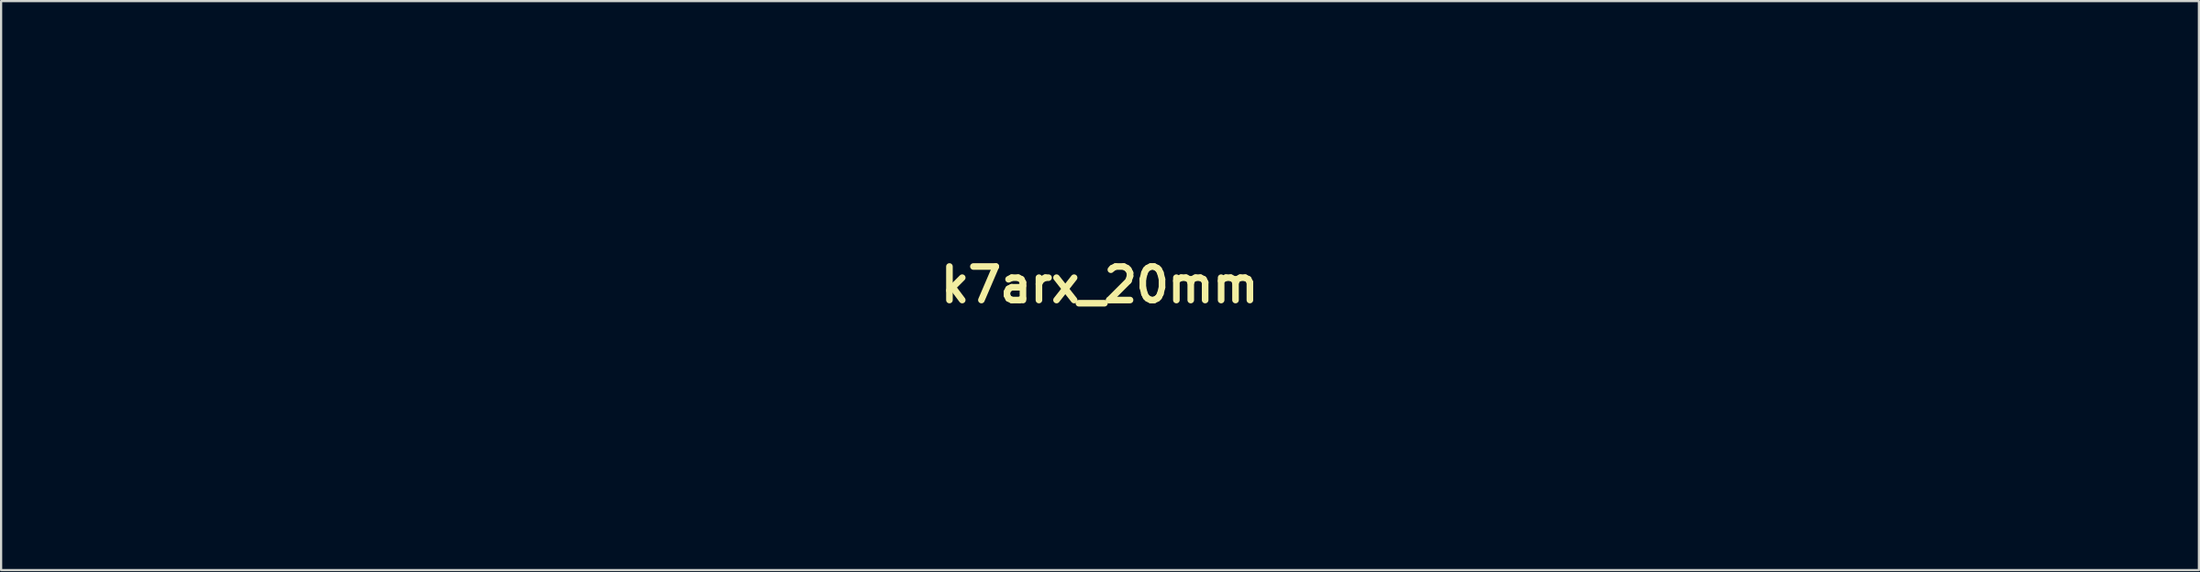
<source format=kicad_pcb>
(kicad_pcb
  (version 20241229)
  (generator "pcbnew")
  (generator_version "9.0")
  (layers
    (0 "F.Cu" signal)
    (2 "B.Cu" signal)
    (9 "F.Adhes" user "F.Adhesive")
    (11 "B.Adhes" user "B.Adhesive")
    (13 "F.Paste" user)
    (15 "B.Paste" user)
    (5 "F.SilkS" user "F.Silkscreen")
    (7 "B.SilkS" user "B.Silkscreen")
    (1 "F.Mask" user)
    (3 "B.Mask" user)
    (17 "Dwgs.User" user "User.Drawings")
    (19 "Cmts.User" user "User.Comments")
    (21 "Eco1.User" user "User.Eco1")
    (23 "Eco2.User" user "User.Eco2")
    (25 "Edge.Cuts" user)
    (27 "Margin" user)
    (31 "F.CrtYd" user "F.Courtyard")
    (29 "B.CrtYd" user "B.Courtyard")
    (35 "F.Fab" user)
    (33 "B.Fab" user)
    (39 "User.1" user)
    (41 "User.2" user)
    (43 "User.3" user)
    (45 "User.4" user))
  (footprint "k7arx_20mm"
    (layer "F.Cu")
    (at 46.884 9.896)
    (property "Reference" "k7arx_20mm" (at 0 0 0) (layer "F.SilkS") (effects (font (size 1.524 1.524) (thickness 0.3))))
    (attr through_hole)
    (fp_poly (pts (xy -25.659 -9.718) (xy -25.58 -9.713) (xy -25.47 -9.705) (xy -25.334 -9.695) (xy -25.178 -9.682) (xy -25.005 -9.668) (xy -24.821 -9.652) (xy -24.698 -9.641) (xy -24.316 -9.608) (xy -23.962 -9.578) (xy -23.632 -9.552) (xy -23.319 -9.529) (xy -23.019 -9.51) (xy -22.727 -9.493) (xy -22.438 -9.479) (xy -22.147 -9.467) (xy -21.849 -9.458) (xy -21.539 -9.451) (xy -21.212 -9.445) (xy -20.862 -9.442) (xy -20.485 -9.44) (xy -20.076 -9.439) (xy -19.84 -9.438) (xy -19.362 -9.439) (xy -18.918 -9.442) (xy -18.505 -9.446) (xy -18.117 -9.451) (xy -17.749 -9.459) (xy -17.396 -9.47) (xy -17.054 -9.482) (xy -16.717 -9.497) (xy -16.38 -9.514) (xy -16.039 -9.535) (xy -15.688 -9.558) (xy -15.364 -9.582) (xy -15.187 -9.594) (xy -15.021 -9.606) (xy -14.871 -9.615) (xy -14.741 -9.622) (xy -14.637 -9.627) (xy -14.561 -9.63) (xy -14.519 -9.629) (xy -14.514 -9.629) (xy -14.437 -9.588) (xy -14.353 -9.512) (xy -14.264 -9.405) (xy -14.174 -9.269) (xy -14.085 -9.108) (xy -14.075 -9.09) (xy -14.016 -8.963) (xy -13.956 -8.818) (xy -13.898 -8.662) (xy -13.843 -8.503) (xy -13.794 -8.347) (xy -13.753 -8.201) (xy -13.722 -8.072) (xy -13.704 -7.968) (xy -13.7 -7.914) (xy -13.706 -7.857) (xy -13.724 -7.799) (xy -13.759 -7.735) (xy -13.814 -7.659) (xy -13.891 -7.567) (xy -13.995 -7.455) (xy -14.013 -7.436) (xy -14.217 -7.219) (xy -14.399 -7.022) (xy -14.567 -6.837) (xy -14.728 -6.655) (xy -14.871 -6.49) (xy -15.443 -5.796) (xy -15.99 -5.078) (xy -16.511 -4.338) (xy -17.004 -3.58) (xy -17.466 -2.807) (xy -17.897 -2.02) (xy -18.294 -1.224) (xy -18.656 -0.422) (xy -18.981 0.384) (xy -19.186 0.95) (xy -19.408 1.626) (xy -19.601 2.292) (xy -19.767 2.954) (xy -19.909 3.621) (xy -20.028 4.3) (xy -20.125 5) (xy -20.193 5.64) (xy -20.202 5.756) (xy -20.21 5.903) (xy -20.216 6.076) (xy -20.222 6.268) (xy -20.226 6.475) (xy -20.229 6.691) (xy -20.231 6.911) (xy -20.231 7.13) (xy -20.231 7.342) (xy -20.228 7.543) (xy -20.225 7.726) (xy -20.22 7.887) (xy -20.214 8.019) (xy -20.207 8.119) (xy -20.204 8.14) (xy -20.179 8.32) (xy -20.147 8.513) (xy -20.109 8.708) (xy -20.069 8.895) (xy -20.028 9.063) (xy -19.988 9.202) (xy -19.987 9.205) (xy -19.944 9.356) (xy -19.916 9.492) (xy -19.906 9.58) (xy -19.902 9.661) (xy -19.905 9.715) (xy -19.918 9.756) (xy -19.941 9.796) (xy -19.943 9.799) (xy -19.993 9.856) (xy -20.053 9.904) (xy -20.06 9.909) (xy -20.072 9.916) (xy -20.086 9.922) (xy -20.103 9.927) (xy -20.127 9.931) (xy -20.159 9.935) (xy -20.202 9.939) (xy -20.259 9.942) (xy -20.332 9.944) (xy -20.423 9.946) (xy -20.534 9.948) (xy -20.669 9.949) (xy -20.829 9.95) (xy -21.017 9.951) (xy -21.235 9.951) (xy -21.486 9.952) (xy -21.772 9.953) (xy -22.096 9.953) (xy -22.11 9.953) (xy -22.389 9.953) (xy -22.658 9.953) (xy -22.914 9.953) (xy -23.153 9.953) (xy -23.374 9.952) (xy -23.572 9.951) (xy -23.747 9.949) (xy -23.894 9.948) (xy -24.011 9.946) (xy -24.094 9.944) (xy -24.143 9.942) (xy -24.153 9.941) (xy -24.249 9.9) (xy -24.339 9.83) (xy -24.413 9.743) (xy -24.458 9.648) (xy -24.459 9.644) (xy -24.47 9.577) (xy -24.477 9.47) (xy -24.479 9.324) (xy -24.477 9.141) (xy -24.47 8.92) (xy -24.46 8.69) (xy -24.4 7.853) (xy -24.303 7.004) (xy -24.168 6.146) (xy -23.994 5.278) (xy -23.783 4.4) (xy -23.535 3.514) (xy -23.249 2.62) (xy -22.926 1.719) (xy -22.566 0.81) (xy -22.169 -0.105) (xy -21.736 -1.026) (xy -21.266 -1.952) (xy -21.091 -2.28) (xy -20.823 -2.766) (xy -20.541 -3.26) (xy -20.246 -3.755) (xy -19.945 -4.246) (xy -19.639 -4.725) (xy -19.335 -5.187) (xy -19.034 -5.626) (xy -18.742 -6.035) (xy -18.662 -6.143) (xy -18.618 -6.205) (xy -18.587 -6.255) (xy -18.574 -6.284) (xy -18.575 -6.288) (xy -18.597 -6.29) (xy -18.656 -6.292) (xy -18.749 -6.294) (xy -18.874 -6.295) (xy -19.028 -6.297) (xy -19.207 -6.298) (xy -19.41 -6.299) (xy -19.633 -6.299) (xy -19.874 -6.3) (xy -20.13 -6.3) (xy -20.397 -6.3) (xy -20.674 -6.3) (xy -20.956 -6.3) (xy -21.243 -6.299) (xy -21.53 -6.299) (xy -21.815 -6.298) (xy -22.095 -6.297) (xy -22.368 -6.296) (xy -22.63 -6.295) (xy -22.879 -6.294) (xy -23.111 -6.292) (xy -23.325 -6.291) (xy -23.517 -6.289) (xy -23.684 -6.287) (xy -23.824 -6.285) (xy -23.934 -6.283) (xy -24.011 -6.281) (xy -24.04 -6.28) (xy -24.509 -6.238) (xy -24.95 -6.172) (xy -25.369 -6.081) (xy -25.769 -5.962) (xy -25.945 -5.9) (xy -26.034 -5.865) (xy -26.149 -5.816) (xy -26.28 -5.759) (xy -26.418 -5.696) (xy -26.553 -5.633) (xy -26.57 -5.625) (xy -26.741 -5.545) (xy -26.881 -5.48) (xy -26.994 -5.431) (xy -27.085 -5.394) (xy -27.159 -5.368) (xy -27.22 -5.352) (xy -27.273 -5.343) (xy -27.323 -5.34) (xy -27.328 -5.34) (xy -27.475 -5.354) (xy -27.603 -5.394) (xy -27.707 -5.458) (xy -27.783 -5.542) (xy -27.829 -5.643) (xy -27.84 -5.733) (xy -27.83 -5.844) (xy -27.803 -5.986) (xy -27.759 -6.156) (xy -27.7 -6.348) (xy -27.628 -6.561) (xy -27.545 -6.789) (xy -27.452 -7.028) (xy -27.351 -7.276) (xy -27.243 -7.528) (xy -27.13 -7.781) (xy -27.013 -8.03) (xy -26.895 -8.271) (xy -26.776 -8.501) (xy -26.659 -8.716) (xy -26.545 -8.913) (xy -26.436 -9.086) (xy -26.42 -9.111) (xy -26.299 -9.284) (xy -26.191 -9.424) (xy -26.093 -9.534) (xy -26.002 -9.615) (xy -25.914 -9.671) (xy -25.826 -9.705) (xy -25.735 -9.719) (xy -25.704 -9.72) (xy -25.659 -9.718)) (stroke (width 0.01) (type solid)) (fill yes) (layer "F.Mask"))
    (fp_poly (pts (xy -44.642 -9.57) (xy -44.401 -9.57) (xy -44.195 -9.569) (xy -44.019 -9.569) (xy -43.872 -9.567) (xy -43.75 -9.566) (xy -43.651 -9.564) (xy -43.572 -9.561) (xy -43.509 -9.558) (xy -43.46 -9.554) (xy -43.421 -9.549) (xy -43.391 -9.544) (xy -43.365 -9.538) (xy -43.356 -9.535) (xy -43.222 -9.477) (xy -43.114 -9.395) (xy -43.028 -9.281) (xy -43 -9.231) (xy -42.93 -9.094) (xy -42.932 -8.822) (xy -42.936 -8.7) (xy -42.942 -8.554) (xy -42.952 -8.401) (xy -42.964 -8.257) (xy -42.967 -8.22) (xy -42.988 -7.986) (xy -43.009 -7.733) (xy -43.028 -7.459) (xy -43.047 -7.16) (xy -43.066 -6.834) (xy -43.084 -6.477) (xy -43.103 -6.088) (xy -43.121 -5.663) (xy -43.13 -5.43) (xy -43.136 -5.28) (xy -43.141 -5.104) (xy -43.147 -4.906) (xy -43.153 -4.69) (xy -43.158 -4.46) (xy -43.163 -4.218) (xy -43.168 -3.969) (xy -43.173 -3.715) (xy -43.178 -3.461) (xy -43.182 -3.211) (xy -43.186 -2.967) (xy -43.189 -2.733) (xy -43.192 -2.513) (xy -43.194 -2.311) (xy -43.195 -2.13) (xy -43.196 -1.973) (xy -43.195 -1.844) (xy -43.194 -1.747) (xy -43.192 -1.685) (xy -43.192 -1.673) (xy -43.17 -1.543) (xy -43.13 -1.448) (xy -43.073 -1.39) (xy -43 -1.367) (xy -42.91 -1.381) (xy -42.803 -1.431) (xy -42.681 -1.518) (xy -42.68 -1.518) (xy -42.619 -1.569) (xy -42.533 -1.642) (xy -42.426 -1.734) (xy -42.303 -1.842) (xy -42.168 -1.96) (xy -42.026 -2.085) (xy -41.882 -2.214) (xy -41.739 -2.341) (xy -41.603 -2.464) (xy -41.478 -2.578) (xy -41.41 -2.639) (xy -41.097 -2.928) (xy -40.791 -3.214) (xy -40.491 -3.499) (xy -40.193 -3.784) (xy -39.897 -4.073) (xy -39.6 -4.368) (xy -39.3 -4.67) (xy -38.993 -4.982) (xy -38.68 -5.307) (xy -38.356 -5.646) (xy -38.02 -6.002) (xy -37.669 -6.378) (xy -37.302 -6.774) (xy -36.916 -7.195) (xy -36.509 -7.641) (xy -36.079 -8.116) (xy -36.039 -8.16) (xy -35.837 -8.384) (xy -35.658 -8.58) (xy -35.502 -8.749) (xy -35.365 -8.896) (xy -35.245 -9.02) (xy -35.14 -9.124) (xy -35.047 -9.211) (xy -34.964 -9.282) (xy -34.889 -9.34) (xy -34.819 -9.385) (xy -34.752 -9.422) (xy -34.686 -9.45) (xy -34.618 -9.473) (xy -34.546 -9.493) (xy -34.477 -9.509) (xy -34.449 -9.514) (xy -34.415 -9.519) (xy -34.375 -9.523) (xy -34.324 -9.527) (xy -34.26 -9.53) (xy -34.181 -9.532) (xy -34.085 -9.534) (xy -33.968 -9.536) (xy -33.828 -9.537) (xy -33.663 -9.537) (xy -33.471 -9.538) (xy -33.248 -9.538) (xy -32.992 -9.537) (xy -32.701 -9.536) (xy -32.43 -9.536) (xy -32.111 -9.535) (xy -31.829 -9.534) (xy -31.583 -9.533) (xy -31.369 -9.532) (xy -31.185 -9.53) (xy -31.03 -9.529) (xy -30.899 -9.527) (xy -30.792 -9.525) (xy -30.704 -9.523) (xy -30.635 -9.52) (xy -30.582 -9.517) (xy -30.541 -9.513) (xy -30.512 -9.509) (xy -30.49 -9.504) (xy -30.474 -9.499) (xy -30.464 -9.494) (xy -30.387 -9.431) (xy -30.339 -9.345) (xy -30.32 -9.243) (xy -30.334 -9.134) (xy -30.351 -9.084) (xy -30.373 -9.036) (xy -30.401 -8.986) (xy -30.438 -8.933) (xy -30.485 -8.874) (xy -30.546 -8.805) (xy -30.624 -8.724) (xy -30.721 -8.628) (xy -30.839 -8.515) (xy -30.983 -8.38) (xy -31.15 -8.224) (xy -31.679 -7.732) (xy -32.181 -7.265) (xy -32.657 -6.82) (xy -33.111 -6.394) (xy -33.545 -5.985) (xy -33.961 -5.592) (xy -34.361 -5.211) (xy -34.749 -4.84) (xy -35.126 -4.477) (xy -35.495 -4.12) (xy -35.859 -3.767) (xy -36.219 -3.414) (xy -36.578 -3.06) (xy -36.939 -2.702) (xy -37.304 -2.339) (xy -37.382 -2.261) (xy -37.569 -2.074) (xy -37.749 -1.894) (xy -37.92 -1.721) (xy -38.08 -1.559) (xy -38.226 -1.41) (xy -38.357 -1.277) (xy -38.47 -1.16) (xy -38.563 -1.063) (xy -38.634 -0.988) (xy -38.681 -0.938) (xy -38.698 -0.917) (xy -38.764 -0.819) (xy -38.8 -0.739) (xy -38.806 -0.667) (xy -38.781 -0.594) (xy -38.724 -0.511) (xy -38.684 -0.463) (xy -38.649 -0.422) (xy -38.592 -0.355) (xy -38.517 -0.266) (xy -38.426 -0.16) (xy -38.324 -0.04) (xy -38.215 0.089) (xy -38.114 0.208) (xy -37.792 0.587) (xy -37.477 0.957) (xy -37.17 1.317) (xy -36.874 1.663) (xy -36.589 1.995) (xy -36.318 2.31) (xy -36.061 2.607) (xy -35.822 2.883) (xy -35.601 3.136) (xy -35.4 3.365) (xy -35.222 3.567) (xy -35.066 3.741) (xy -35.04 3.77) (xy -34.477 4.387) (xy -33.93 4.97) (xy -33.397 5.521) (xy -32.876 6.041) (xy -32.365 6.532) (xy -31.862 6.997) (xy -31.366 7.437) (xy -30.875 7.853) (xy -30.47 8.181) (xy -30.407 8.231) (xy -30.321 8.3) (xy -30.221 8.379) (xy -30.115 8.463) (xy -30.039 8.524) (xy -29.876 8.659) (xy -29.729 8.79) (xy -29.603 8.913) (xy -29.501 9.025) (xy -29.427 9.121) (xy -29.41 9.148) (xy -29.351 9.279) (xy -29.319 9.417) (xy -29.317 9.549) (xy -29.32 9.569) (xy -29.351 9.692) (xy -29.402 9.787) (xy -29.48 9.863) (xy -29.56 9.913) (xy -29.572 9.918) (xy -29.587 9.924) (xy -29.608 9.928) (xy -29.635 9.932) (xy -29.673 9.936) (xy -29.722 9.939) (xy -29.786 9.942) (xy -29.866 9.944) (xy -29.965 9.946) (xy -30.084 9.948) (xy -30.227 9.949) (xy -30.396 9.95) (xy -30.592 9.952) (xy -30.819 9.953) (xy -31.077 9.953) (xy -31.37 9.954) (xy -31.7 9.955) (xy -31.85 9.956) (xy -32.255 9.956) (xy -32.621 9.957) (xy -32.947 9.957) (xy -33.235 9.956) (xy -33.485 9.955) (xy -33.698 9.953) (xy -33.874 9.951) (xy -34.013 9.949) (xy -34.116 9.946) (xy -34.184 9.942) (xy -34.21 9.94) (xy -34.311 9.917) (xy -34.42 9.88) (xy -34.491 9.85) (xy -34.584 9.796) (xy -34.682 9.721) (xy -34.786 9.621) (xy -34.902 9.494) (xy -35.03 9.336) (xy -35.12 9.219) (xy -35.385 8.87) (xy -35.657 8.517) (xy -35.937 8.159) (xy -36.227 7.795) (xy -36.528 7.422) (xy -36.842 7.039) (xy -37.17 6.643) (xy -37.514 6.234) (xy -37.876 5.808) (xy -38.256 5.365) (xy -38.657 4.902) (xy -39.08 4.417) (xy -39.527 3.909) (xy -39.998 3.376) (xy -40.422 2.9) (xy -40.612 2.688) (xy -40.777 2.503) (xy -40.92 2.344) (xy -41.043 2.209) (xy -41.148 2.095) (xy -41.237 2.001) (xy -41.312 1.923) (xy -41.375 1.86) (xy -41.428 1.81) (xy -41.474 1.77) (xy -41.513 1.738) (xy -41.55 1.713) (xy -41.55 1.713) (xy -41.596 1.684) (xy -41.637 1.667) (xy -41.678 1.662) (xy -41.724 1.672) (xy -41.78 1.699) (xy -41.849 1.745) (xy -41.937 1.811) (xy -42.048 1.9) (xy -42.121 1.96) (xy -42.33 2.134) (xy -42.51 2.288) (xy -42.663 2.425) (xy -42.79 2.547) (xy -42.894 2.659) (xy -42.978 2.762) (xy -43.044 2.86) (xy -43.095 2.957) (xy -43.132 3.054) (xy -43.158 3.156) (xy -43.177 3.265) (xy -43.183 3.32) (xy -43.188 3.396) (xy -43.19 3.509) (xy -43.19 3.657) (xy -43.188 3.835) (xy -43.184 4.04) (xy -43.178 4.271) (xy -43.17 4.524) (xy -43.16 4.796) (xy -43.149 5.083) (xy -43.137 5.384) (xy -43.123 5.694) (xy -43.108 6.012) (xy -43.092 6.333) (xy -43.075 6.655) (xy -43.057 6.975) (xy -43.038 7.29) (xy -43.019 7.597) (xy -43.01 7.73) (xy -42.99 8.032) (xy -42.973 8.296) (xy -42.958 8.527) (xy -42.947 8.726) (xy -42.938 8.896) (xy -42.932 9.041) (xy -42.93 9.162) (xy -42.93 9.264) (xy -42.933 9.347) (xy -42.939 9.417) (xy -42.948 9.474) (xy -42.96 9.523) (xy -42.975 9.566) (xy -42.994 9.605) (xy -43.015 9.644) (xy -43.026 9.662) (xy -43.106 9.761) (xy -43.216 9.847) (xy -43.348 9.913) (xy -43.38 9.924) (xy -43.412 9.929) (xy -43.479 9.932) (xy -43.579 9.936) (xy -43.707 9.939) (xy -43.859 9.942) (xy -44.032 9.945) (xy -44.22 9.948) (xy -44.421 9.95) (xy -44.63 9.951) (xy -44.843 9.953) (xy -45.057 9.954) (xy -45.267 9.954) (xy -45.469 9.954) (xy -45.66 9.954) (xy -45.835 9.953) (xy -45.991 9.951) (xy -46.123 9.949) (xy -46.228 9.946) (xy -46.302 9.943) (xy -46.335 9.94) (xy -46.491 9.898) (xy -46.627 9.824) (xy -46.738 9.72) (xy -46.821 9.59) (xy -46.842 9.542) (xy -46.857 9.501) (xy -46.867 9.463) (xy -46.874 9.42) (xy -46.878 9.365) (xy -46.879 9.292) (xy -46.877 9.194) (xy -46.874 9.065) (xy -46.873 9.02) (xy -46.868 8.865) (xy -46.86 8.686) (xy -46.851 8.497) (xy -46.841 8.313) (xy -46.831 8.16) (xy -46.811 7.836) (xy -46.79 7.476) (xy -46.77 7.085) (xy -46.75 6.666) (xy -46.73 6.225) (xy -46.712 5.766) (xy -46.694 5.293) (xy -46.676 4.81) (xy -46.66 4.321) (xy -46.645 3.832) (xy -46.632 3.346) (xy -46.62 2.867) (xy -46.61 2.401) (xy -46.602 1.95) (xy -46.599 1.75) (xy -46.588 0.542) (xy -46.59 -0.696) (xy -46.604 -1.956) (xy -46.631 -3.229) (xy -46.671 -4.508) (xy -46.722 -5.784) (xy -46.786 -7.05) (xy -46.832 -7.84) (xy -46.843 -8.029) (xy -46.853 -8.214) (xy -46.862 -8.39) (xy -46.868 -8.551) (xy -46.873 -8.691) (xy -46.876 -8.804) (xy -46.876 -8.885) (xy -46.876 -8.9) (xy -46.871 -9.005) (xy -46.865 -9.081) (xy -46.854 -9.138) (xy -46.837 -9.187) (xy -46.816 -9.231) (xy -46.728 -9.357) (xy -46.611 -9.458) (xy -46.488 -9.523) (xy -46.37 -9.57) (xy -44.92 -9.57) (xy -44.642 -9.57)) (stroke (width 0.01) (type solid)) (fill yes) (layer "F.Mask"))
    (fp_poly (pts (xy 15.028 -9.581) (xy 15.384 -9.58) (xy 15.735 -9.58) (xy 16.077 -9.579) (xy 16.408 -9.579) (xy 16.727 -9.578) (xy 17.031 -9.576) (xy 17.318 -9.575) (xy 17.585 -9.574) (xy 17.829 -9.572) (xy 18.05 -9.571) (xy 18.244 -9.569) (xy 18.41 -9.567) (xy 18.544 -9.564) (xy 18.645 -9.562) (xy 18.702 -9.56) (xy 19.061 -9.54) (xy 19.388 -9.516) (xy 19.69 -9.487) (xy 19.976 -9.452) (xy 20.254 -9.411) (xy 20.531 -9.363) (xy 20.61 -9.348) (xy 21.122 -9.234) (xy 21.602 -9.096) (xy 22.05 -8.935) (xy 22.466 -8.75) (xy 22.85 -8.541) (xy 23.202 -8.309) (xy 23.521 -8.053) (xy 23.809 -7.775) (xy 24.064 -7.472) (xy 24.286 -7.147) (xy 24.476 -6.798) (xy 24.536 -6.669) (xy 24.653 -6.371) (xy 24.753 -6.051) (xy 24.833 -5.723) (xy 24.868 -5.53) (xy 24.895 -5.358) (xy 24.915 -5.211) (xy 24.93 -5.078) (xy 24.94 -4.948) (xy 24.945 -4.809) (xy 24.948 -4.651) (xy 24.949 -4.49) (xy 24.941 -4.14) (xy 24.916 -3.819) (xy 24.874 -3.515) (xy 24.813 -3.222) (xy 24.731 -2.928) (xy 24.716 -2.88) (xy 24.568 -2.477) (xy 24.386 -2.086) (xy 24.169 -1.704) (xy 23.916 -1.33) (xy 23.626 -0.963) (xy 23.297 -0.599) (xy 23.18 -0.48) (xy 22.96 -0.266) (xy 22.732 -0.057) (xy 22.493 0.15) (xy 22.24 0.357) (xy 21.968 0.567) (xy 21.674 0.784) (xy 21.353 1.011) (xy 21.001 1.251) (xy 20.823 1.369) (xy 20.696 1.455) (xy 20.578 1.535) (xy 20.474 1.607) (xy 20.39 1.667) (xy 20.328 1.713) (xy 20.294 1.741) (xy 20.29 1.746) (xy 20.263 1.817) (xy 20.264 1.904) (xy 20.293 1.999) (xy 20.315 2.043) (xy 20.329 2.065) (xy 20.349 2.095) (xy 20.376 2.134) (xy 20.413 2.186) (xy 20.459 2.251) (xy 20.517 2.33) (xy 20.588 2.427) (xy 20.673 2.542) (xy 20.773 2.677) (xy 20.889 2.834) (xy 21.024 3.015) (xy 21.177 3.221) (xy 21.351 3.455) (xy 21.547 3.718) (xy 21.711 3.938) (xy 21.933 4.235) (xy 22.135 4.504) (xy 22.322 4.749) (xy 22.495 4.973) (xy 22.659 5.183) (xy 22.816 5.381) (xy 22.971 5.572) (xy 23.127 5.76) (xy 23.286 5.949) (xy 23.453 6.145) (xy 23.506 6.206) (xy 23.718 6.449) (xy 23.948 6.704) (xy 24.189 6.967) (xy 24.438 7.234) (xy 24.691 7.499) (xy 24.943 7.759) (xy 25.188 8.007) (xy 25.424 8.241) (xy 25.645 8.454) (xy 25.847 8.643) (xy 25.916 8.706) (xy 26.069 8.85) (xy 26.198 8.987) (xy 26.301 9.113) (xy 26.375 9.226) (xy 26.417 9.32) (xy 26.419 9.327) (xy 26.434 9.417) (xy 26.436 9.518) (xy 26.435 9.537) (xy 26.407 9.675) (xy 26.349 9.786) (xy 26.262 9.869) (xy 26.147 9.925) (xy 26.089 9.94) (xy 26.053 9.944) (xy 25.983 9.947) (xy 25.879 9.95) (xy 25.74 9.953) (xy 25.565 9.954) (xy 25.353 9.956) (xy 25.105 9.957) (xy 24.819 9.957) (xy 24.495 9.957) (xy 24.132 9.956) (xy 23.919 9.956) (xy 21.85 9.95) (xy 21.732 9.905) (xy 21.593 9.844) (xy 21.478 9.775) (xy 21.371 9.686) (xy 21.344 9.661) (xy 21.299 9.615) (xy 21.255 9.568) (xy 21.211 9.519) (xy 21.164 9.464) (xy 21.114 9.4) (xy 21.057 9.324) (xy 20.992 9.234) (xy 20.917 9.127) (xy 20.829 9) (xy 20.726 8.849) (xy 20.607 8.673) (xy 20.469 8.468) (xy 20.369 8.32) (xy 20.052 7.849) (xy 19.75 7.407) (xy 19.46 6.988) (xy 19.178 6.586) (xy 18.898 6.195) (xy 18.617 5.808) (xy 18.331 5.421) (xy 18.035 5.027) (xy 17.726 4.621) (xy 17.398 4.196) (xy 17.327 4.105) (xy 17.18 3.918) (xy 17.052 3.763) (xy 16.942 3.637) (xy 16.845 3.538) (xy 16.761 3.463) (xy 16.687 3.41) (xy 16.62 3.377) (xy 16.558 3.362) (xy 16.529 3.36) (xy 16.477 3.366) (xy 16.392 3.384) (xy 16.279 3.411) (xy 16.141 3.447) (xy 15.985 3.49) (xy 15.815 3.539) (xy 15.636 3.592) (xy 15.451 3.649) (xy 15.267 3.708) (xy 15.088 3.766) (xy 14.983 3.802) (xy 14.893 3.832) (xy 14.817 3.857) (xy 14.762 3.874) (xy 14.738 3.88) (xy 14.735 3.86) (xy 14.732 3.803) (xy 14.729 3.712) (xy 14.727 3.588) (xy 14.725 3.434) (xy 14.723 3.253) (xy 14.722 3.048) (xy 14.721 2.821) (xy 14.72 2.575) (xy 14.72 2.313) (xy 14.72 0.745) (xy 15.075 0.631) (xy 15.631 0.441) (xy 16.177 0.237) (xy 16.707 0.021) (xy 17.216 -0.206) (xy 17.697 -0.44) (xy 18.144 -0.679) (xy 18.21 -0.716) (xy 18.677 -0.996) (xy 19.107 -1.284) (xy 19.5 -1.579) (xy 19.855 -1.881) (xy 20.172 -2.189) (xy 20.452 -2.503) (xy 20.692 -2.824) (xy 20.894 -3.149) (xy 21.03 -3.42) (xy 21.145 -3.715) (xy 21.227 -4.008) (xy 21.275 -4.297) (xy 21.29 -4.579) (xy 21.272 -4.851) (xy 21.22 -5.111) (xy 21.137 -5.355) (xy 21.02 -5.582) (xy 20.872 -5.788) (xy 20.815 -5.852) (xy 20.625 -6.027) (xy 20.402 -6.182) (xy 20.151 -6.315) (xy 19.875 -6.424) (xy 19.577 -6.507) (xy 19.521 -6.519) (xy 19.449 -6.534) (xy 19.38 -6.547) (xy 19.312 -6.558) (xy 19.242 -6.569) (xy 19.169 -6.578) (xy 19.089 -6.586) (xy 19 -6.593) (xy 18.9 -6.599) (xy 18.785 -6.604) (xy 18.655 -6.608) (xy 18.506 -6.611) (xy 18.336 -6.614) (xy 18.142 -6.616) (xy 17.922 -6.617) (xy 17.674 -6.618) (xy 17.395 -6.619) (xy 17.082 -6.62) (xy 16.734 -6.62) (xy 16.459 -6.62) (xy 16.094 -6.62) (xy 15.768 -6.62) (xy 15.477 -6.62) (xy 15.219 -6.619) (xy 14.993 -6.619) (xy 14.796 -6.618) (xy 14.626 -6.616) (xy 14.48 -6.613) (xy 14.357 -6.61) (xy 14.254 -6.606) (xy 14.17 -6.601) (xy 14.101 -6.594) (xy 14.047 -6.586) (xy 14.003 -6.577) (xy 13.97 -6.566) (xy 13.943 -6.554) (xy 13.922 -6.54) (xy 13.903 -6.524) (xy 13.886 -6.506) (xy 13.866 -6.486) (xy 13.863 -6.483) (xy 13.85 -6.471) (xy 13.838 -6.462) (xy 13.827 -6.454) (xy 13.816 -6.445) (xy 13.807 -6.435) (xy 13.798 -6.422) (xy 13.79 -6.404) (xy 13.782 -6.381) (xy 13.776 -6.351) (xy 13.769 -6.312) (xy 13.764 -6.264) (xy 13.759 -6.205) (xy 13.754 -6.133) (xy 13.75 -6.048) (xy 13.747 -5.947) (xy 13.743 -5.831) (xy 13.741 -5.696) (xy 13.738 -5.543) (xy 13.736 -5.369) (xy 13.735 -5.173) (xy 13.733 -4.955) (xy 13.732 -4.712) (xy 13.731 -4.443) (xy 13.731 -4.147) (xy 13.73 -3.823) (xy 13.73 -3.469) (xy 13.73 -3.083) (xy 13.73 -2.666) (xy 13.73 -2.215) (xy 13.73 -1.728) (xy 13.73 -1.205) (xy 13.73 -0.645) (xy 13.73 -0.25) (xy 13.73 0.35) (xy 13.73 0.912) (xy 13.73 1.437) (xy 13.73 1.928) (xy 13.73 2.385) (xy 13.731 2.811) (xy 13.731 3.207) (xy 13.732 3.576) (xy 13.733 3.918) (xy 13.734 4.235) (xy 13.735 4.53) (xy 13.737 4.803) (xy 13.739 5.058) (xy 13.741 5.294) (xy 13.744 5.515) (xy 13.747 5.721) (xy 13.75 5.915) (xy 13.754 6.098) (xy 13.758 6.271) (xy 13.763 6.438) (xy 13.768 6.599) (xy 13.774 6.756) (xy 13.78 6.91) (xy 13.787 7.065) (xy 13.795 7.22) (xy 13.803 7.379) (xy 13.812 7.542) (xy 13.822 7.711) (xy 13.832 7.889) (xy 13.843 8.076) (xy 13.855 8.275) (xy 13.862 8.39) (xy 13.875 8.624) (xy 13.886 8.822) (xy 13.892 8.989) (xy 13.896 9.127) (xy 13.895 9.241) (xy 13.891 9.334) (xy 13.883 9.411) (xy 13.872 9.476) (xy 13.856 9.533) (xy 13.836 9.584) (xy 13.831 9.596) (xy 13.759 9.718) (xy 13.665 9.812) (xy 13.541 9.886) (xy 13.504 9.902) (xy 13.39 9.95) (xy 11.86 9.953) (xy 11.614 9.953) (xy 11.377 9.953) (xy 11.153 9.953) (xy 10.946 9.952) (xy 10.758 9.951) (xy 10.593 9.949) (xy 10.455 9.947) (xy 10.346 9.946) (xy 10.271 9.943) (xy 10.232 9.941) (xy 10.23 9.941) (xy 10.074 9.9) (xy 9.939 9.831) (xy 9.83 9.736) (xy 9.75 9.62) (xy 9.713 9.525) (xy 9.701 9.477) (xy 9.692 9.422) (xy 9.686 9.359) (xy 9.683 9.282) (xy 9.682 9.187) (xy 9.684 9.072) (xy 9.689 8.931) (xy 9.697 8.761) (xy 9.708 8.559) (xy 9.72 8.363) (xy 9.757 7.71) (xy 9.791 7.092) (xy 9.821 6.503) (xy 9.848 5.938) (xy 9.872 5.393) (xy 9.892 4.862) (xy 9.909 4.34) (xy 9.924 3.822) (xy 9.935 3.304) (xy 9.944 2.779) (xy 9.951 2.242) (xy 9.955 1.689) (xy 9.957 1.115) (xy 9.957 0.514) (xy 9.954 -0.119) (xy 9.954 -0.29) (xy 9.951 -0.76) (xy 9.948 -1.195) (xy 9.944 -1.599) (xy 9.94 -1.976) (xy 9.935 -2.332) (xy 9.929 -2.67) (xy 9.922 -2.996) (xy 9.914 -3.314) (xy 9.904 -3.629) (xy 9.893 -3.944) (xy 9.881 -4.265) (xy 9.867 -4.597) (xy 9.852 -4.943) (xy 9.834 -5.308) (xy 9.815 -5.698) (xy 9.8 -5.98) (xy 9.781 -6.349) (xy 9.764 -6.68) (xy 9.749 -6.976) (xy 9.735 -7.24) (xy 9.724 -7.474) (xy 9.714 -7.68) (xy 9.706 -7.861) (xy 9.699 -8.02) (xy 9.693 -8.158) (xy 9.689 -8.279) (xy 9.686 -8.385) (xy 9.684 -8.477) (xy 9.683 -8.56) (xy 9.683 -8.635) (xy 9.683 -8.705) (xy 9.684 -8.772) (xy 9.684 -8.777) (xy 9.688 -8.909) (xy 9.692 -9.008) (xy 9.697 -9.081) (xy 9.705 -9.136) (xy 9.717 -9.179) (xy 9.732 -9.217) (xy 9.733 -9.22) (xy 9.813 -9.346) (xy 9.922 -9.445) (xy 10.061 -9.518) (xy 10.196 -9.557) (xy 10.228 -9.56) (xy 10.298 -9.562) (xy 10.403 -9.565) (xy 10.541 -9.567) (xy 10.71 -9.569) (xy 10.907 -9.571) (xy 11.131 -9.572) (xy 11.379 -9.574) (xy 11.648 -9.575) (xy 11.937 -9.576) (xy 12.243 -9.577) (xy 12.563 -9.578) (xy 12.896 -9.579) (xy 13.24 -9.58) (xy 13.591 -9.58) (xy 13.947 -9.581) (xy 14.307 -9.581) (xy 14.669 -9.581) (xy 15.028 -9.581)) (stroke (width 0.01) (type solid)) (fill yes) (layer "F.Mask"))
    (fp_poly (pts (xy 32.362 -9.57) (xy 32.594 -9.57) (xy 32.796 -9.569) (xy 32.969 -9.567) (xy 33.117 -9.564) (xy 33.242 -9.56) (xy 33.346 -9.555) (xy 33.432 -9.549) (xy 33.502 -9.541) (xy 33.558 -9.531) (xy 33.603 -9.519) (xy 33.639 -9.504) (xy 33.669 -9.488) (xy 33.696 -9.469) (xy 33.72 -9.447) (xy 33.746 -9.422) (xy 33.774 -9.394) (xy 33.775 -9.394) (xy 33.809 -9.361) (xy 33.841 -9.327) (xy 33.874 -9.288) (xy 33.909 -9.242) (xy 33.949 -9.185) (xy 33.997 -9.113) (xy 34.054 -9.022) (xy 34.124 -8.91) (xy 34.207 -8.773) (xy 34.307 -8.608) (xy 34.388 -8.474) (xy 34.495 -8.296) (xy 34.586 -8.145) (xy 34.664 -8.016) (xy 34.734 -7.901) (xy 34.799 -7.795) (xy 34.864 -7.689) (xy 34.933 -7.579) (xy 35.009 -7.457) (xy 35.091 -7.325) (xy 35.156 -7.222) (xy 35.218 -7.123) (xy 35.272 -7.036) (xy 35.313 -6.971) (xy 35.329 -6.945) (xy 35.365 -6.888) (xy 35.421 -6.802) (xy 35.494 -6.689) (xy 35.584 -6.554) (xy 35.686 -6.399) (xy 35.799 -6.229) (xy 35.92 -6.047) (xy 36.047 -5.856) (xy 36.178 -5.66) (xy 36.31 -5.463) (xy 36.442 -5.267) (xy 36.569 -5.076) (xy 36.692 -4.895) (xy 36.806 -4.725) (xy 36.91 -4.572) (xy 37.001 -4.438) (xy 37.048 -4.37) (xy 37.15 -4.222) (xy 37.249 -4.082) (xy 37.34 -3.954) (xy 37.422 -3.841) (xy 37.49 -3.749) (xy 37.543 -3.681) (xy 37.577 -3.641) (xy 37.583 -3.636) (xy 37.656 -3.578) (xy 37.725 -3.547) (xy 37.794 -3.542) (xy 37.865 -3.566) (xy 37.941 -3.62) (xy 38.025 -3.706) (xy 38.12 -3.826) (xy 38.229 -3.98) (xy 38.23 -3.982) (xy 38.288 -4.067) (xy 38.362 -4.176) (xy 38.445 -4.297) (xy 38.53 -4.421) (xy 38.598 -4.519) (xy 38.949 -5.033) (xy 39.28 -5.522) (xy 39.594 -5.992) (xy 39.894 -6.451) (xy 40.186 -6.905) (xy 40.474 -7.361) (xy 40.761 -7.823) (xy 41.053 -8.3) (xy 41.176 -8.505) (xy 41.266 -8.654) (xy 41.354 -8.797) (xy 41.435 -8.928) (xy 41.507 -9.044) (xy 41.567 -9.139) (xy 41.612 -9.209) (xy 41.638 -9.247) (xy 41.749 -9.377) (xy 41.866 -9.471) (xy 41.991 -9.531) (xy 41.996 -9.532) (xy 42.016 -9.539) (xy 42.039 -9.544) (xy 42.066 -9.549) (xy 42.101 -9.553) (xy 42.145 -9.557) (xy 42.201 -9.56) (xy 42.273 -9.562) (xy 42.361 -9.564) (xy 42.468 -9.566) (xy 42.598 -9.567) (xy 42.752 -9.568) (xy 42.933 -9.569) (xy 43.143 -9.569) (xy 43.385 -9.57) (xy 43.662 -9.57) (xy 43.975 -9.57) (xy 44.09 -9.57) (xy 46.07 -9.57) (xy 46.158 -9.52) (xy 46.245 -9.454) (xy 46.296 -9.373) (xy 46.315 -9.272) (xy 46.313 -9.217) (xy 46.308 -9.167) (xy 46.3 -9.12) (xy 46.288 -9.071) (xy 46.269 -9.02) (xy 46.242 -8.963) (xy 46.206 -8.897) (xy 46.159 -8.821) (xy 46.099 -8.732) (xy 46.025 -8.626) (xy 45.934 -8.503) (xy 45.825 -8.358) (xy 45.698 -8.19) (xy 45.549 -7.996) (xy 45.377 -7.773) (xy 45.347 -7.735) (xy 45.203 -7.548) (xy 45.062 -7.366) (xy 44.927 -7.191) (xy 44.801 -7.027) (xy 44.686 -6.878) (xy 44.585 -6.747) (xy 44.5 -6.636) (xy 44.433 -6.549) (xy 44.387 -6.49) (xy 44.377 -6.477) (xy 44.308 -6.386) (xy 44.225 -6.277) (xy 44.137 -6.161) (xy 44.053 -6.053) (xy 44.041 -6.037) (xy 43.898 -5.848) (xy 43.734 -5.633) (xy 43.553 -5.393) (xy 43.358 -5.134) (xy 43.152 -4.86) (xy 42.94 -4.576) (xy 42.722 -4.286) (xy 42.504 -3.993) (xy 42.289 -3.703) (xy 42.079 -3.42) (xy 41.877 -3.148) (xy 41.688 -2.892) (xy 41.514 -2.655) (xy 41.359 -2.442) (xy 41.35 -2.43) (xy 41.261 -2.309) (xy 41.172 -2.187) (xy 41.087 -2.071) (xy 41.013 -1.97) (xy 40.955 -1.89) (xy 40.94 -1.87) (xy 40.879 -1.786) (xy 40.802 -1.682) (xy 40.72 -1.568) (xy 40.641 -1.458) (xy 40.62 -1.43) (xy 40.55 -1.332) (xy 40.481 -1.237) (xy 40.42 -1.153) (xy 40.374 -1.09) (xy 40.36 -1.07) (xy 40.202 -0.854) (xy 40.069 -0.669) (xy 39.961 -0.515) (xy 39.878 -0.392) (xy 39.82 -0.299) (xy 39.787 -0.237) (xy 39.779 -0.217) (xy 39.769 -0.157) (xy 39.773 -0.094) (xy 39.792 -0.025) (xy 39.83 0.057) (xy 39.888 0.156) (xy 39.969 0.277) (xy 40.035 0.37) (xy 40.11 0.475) (xy 40.202 0.603) (xy 40.304 0.745) (xy 40.41 0.892) (xy 40.512 1.034) (xy 40.559 1.1) (xy 40.902 1.575) (xy 41.256 2.062) (xy 41.618 2.556) (xy 41.984 3.054) (xy 42.353 3.55) (xy 42.72 4.042) (xy 43.083 4.524) (xy 43.438 4.993) (xy 43.783 5.445) (xy 44.115 5.875) (xy 44.43 6.28) (xy 44.689 6.61) (xy 44.941 6.928) (xy 45.196 7.249) (xy 45.451 7.566) (xy 45.701 7.877) (xy 45.942 8.174) (xy 46.171 8.455) (xy 46.384 8.714) (xy 46.576 8.946) (xy 46.588 8.96) (xy 46.698 9.104) (xy 46.789 9.246) (xy 46.828 9.32) (xy 46.869 9.408) (xy 46.893 9.475) (xy 46.906 9.535) (xy 46.91 9.603) (xy 46.91 9.626) (xy 46.909 9.7) (xy 46.902 9.747) (xy 46.884 9.782) (xy 46.849 9.82) (xy 46.828 9.839) (xy 46.748 9.9) (xy 46.658 9.934) (xy 46.637 9.939) (xy 46.602 9.943) (xy 46.542 9.946) (xy 46.454 9.949) (xy 46.337 9.952) (xy 46.189 9.954) (xy 46.01 9.955) (xy 45.797 9.956) (xy 45.55 9.957) (xy 45.267 9.957) (xy 44.946 9.957) (xy 44.609 9.956) (xy 42.69 9.95) (xy 42.571 9.902) (xy 42.448 9.835) (xy 42.33 9.738) (xy 42.226 9.62) (xy 42.191 9.57) (xy 42.162 9.525) (xy 42.117 9.451) (xy 42.059 9.356) (xy 41.991 9.244) (xy 41.917 9.123) (xy 41.866 9.039) (xy 41.792 8.916) (xy 41.721 8.8) (xy 41.659 8.697) (xy 41.607 8.613) (xy 41.571 8.553) (xy 41.555 8.529) (xy 41.525 8.481) (xy 41.48 8.409) (xy 41.426 8.322) (xy 41.369 8.231) (xy 41.369 8.23) (xy 41.232 8.01) (xy 41.075 7.763) (xy 40.901 7.494) (xy 40.715 7.209) (xy 40.52 6.913) (xy 40.32 6.611) (xy 40.117 6.309) (xy 39.916 6.011) (xy 39.72 5.724) (xy 39.532 5.453) (xy 39.461 5.35) (xy 39.404 5.268) (xy 39.329 5.162) (xy 39.244 5.039) (xy 39.152 4.908) (xy 39.06 4.777) (xy 39.02 4.72) (xy 38.927 4.587) (xy 38.828 4.447) (xy 38.731 4.308) (xy 38.64 4.18) (xy 38.564 4.072) (xy 38.54 4.04) (xy 38.455 3.92) (xy 38.357 3.782) (xy 38.258 3.644) (xy 38.17 3.519) (xy 38.156 3.5) (xy 38.089 3.407) (xy 38.027 3.322) (xy 37.975 3.254) (xy 37.938 3.208) (xy 37.924 3.193) (xy 37.858 3.158) (xy 37.775 3.145) (xy 37.693 3.156) (xy 37.664 3.168) (xy 37.623 3.199) (xy 37.571 3.254) (xy 37.515 3.322) (xy 37.495 3.348) (xy 37.462 3.395) (xy 37.408 3.471) (xy 37.337 3.572) (xy 37.251 3.693) (xy 37.153 3.832) (xy 37.046 3.984) (xy 36.932 4.145) (xy 36.815 4.311) (xy 36.697 4.478) (xy 36.58 4.643) (xy 36.468 4.802) (xy 36.364 4.95) (xy 36.27 5.084) (xy 36.239 5.127) (xy 35.65 5.977) (xy 35.075 6.835) (xy 34.518 7.691) (xy 33.986 8.538) (xy 33.691 9.02) (xy 33.618 9.141) (xy 33.546 9.258) (xy 33.481 9.365) (xy 33.426 9.454) (xy 33.386 9.518) (xy 33.377 9.533) (xy 33.272 9.672) (xy 33.155 9.787) (xy 33.03 9.873) (xy 32.969 9.902) (xy 32.85 9.95) (xy 30.91 9.953) (xy 30.634 9.954) (xy 30.368 9.954) (xy 30.115 9.953) (xy 29.879 9.953) (xy 29.662 9.952) (xy 29.466 9.951) (xy 29.296 9.95) (xy 29.153 9.948) (xy 29.04 9.946) (xy 28.96 9.944) (xy 28.917 9.942) (xy 28.91 9.942) (xy 28.79 9.896) (xy 28.703 9.829) (xy 28.65 9.741) (xy 28.631 9.632) (xy 28.647 9.505) (xy 28.648 9.5) (xy 28.672 9.422) (xy 28.702 9.346) (xy 28.742 9.267) (xy 28.795 9.181) (xy 28.864 9.083) (xy 28.953 8.967) (xy 29.065 8.828) (xy 29.122 8.76) (xy 29.612 8.163) (xy 30.119 7.536) (xy 30.639 6.883) (xy 31.169 6.21) (xy 31.703 5.519) (xy 32.24 4.817) (xy 32.776 4.108) (xy 32.939 3.89) (xy 33.086 3.693) (xy 33.214 3.521) (xy 33.326 3.371) (xy 33.428 3.234) (xy 33.523 3.106) (xy 33.616 2.98) (xy 33.711 2.851) (xy 33.813 2.713) (xy 33.925 2.559) (xy 34.053 2.385) (xy 34.139 2.268) (xy 34.217 2.161) (xy 34.3 2.048) (xy 34.379 1.94) (xy 34.445 1.85) (xy 34.46 1.83) (xy 34.525 1.741) (xy 34.603 1.633) (xy 34.685 1.52) (xy 34.756 1.42) (xy 34.834 1.311) (xy 34.923 1.186) (xy 35.014 1.059) (xy 35.095 0.947) (xy 35.235 0.753) (xy 35.353 0.588) (xy 35.452 0.45) (xy 35.532 0.336) (xy 35.597 0.243) (xy 35.648 0.168) (xy 35.687 0.108) (xy 35.715 0.06) (xy 35.736 0.022) (xy 35.749 -0.009) (xy 35.758 -0.037) (xy 35.764 -0.064) (xy 35.767 -0.08) (xy 35.771 -0.146) (xy 35.758 -0.217) (xy 35.725 -0.297) (xy 35.67 -0.394) (xy 35.59 -0.512) (xy 35.56 -0.553) (xy 35.48 -0.663) (xy 35.389 -0.788) (xy 35.3 -0.911) (xy 35.229 -1.008) (xy 35.184 -1.071) (xy 35.118 -1.161) (xy 35.035 -1.275) (xy 34.938 -1.409) (xy 34.83 -1.557) (xy 34.715 -1.716) (xy 34.595 -1.881) (xy 34.473 -2.048) (xy 34.354 -2.212) (xy 34.239 -2.369) (xy 34.132 -2.515) (xy 34.037 -2.646) (xy 33.957 -2.757) (xy 33.894 -2.843) (xy 33.885 -2.854) (xy 33.797 -2.975) (xy 33.688 -3.123) (xy 33.562 -3.292) (xy 33.422 -3.481) (xy 33.27 -3.685) (xy 33.109 -3.901) (xy 32.942 -4.125) (xy 32.771 -4.354) (xy 32.599 -4.584) (xy 32.429 -4.811) (xy 32.264 -5.032) (xy 32.105 -5.243) (xy 31.956 -5.44) (xy 31.82 -5.621) (xy 31.699 -5.781) (xy 31.596 -5.917) (xy 31.513 -6.025) (xy 31.499 -6.043) (xy 31.44 -6.119) (xy 31.363 -6.219) (xy 31.276 -6.334) (xy 31.183 -6.455) (xy 31.092 -6.574) (xy 31.08 -6.59) (xy 30.979 -6.723) (xy 30.864 -6.872) (xy 30.746 -7.026) (xy 30.634 -7.171) (xy 30.55 -7.28) (xy 30.463 -7.392) (xy 30.359 -7.527) (xy 30.245 -7.675) (xy 30.127 -7.828) (xy 30.013 -7.976) (xy 29.94 -8.07) (xy 29.844 -8.194) (xy 29.751 -8.315) (xy 29.665 -8.426) (xy 29.591 -8.521) (xy 29.532 -8.597) (xy 29.493 -8.646) (xy 29.492 -8.647) (xy 29.436 -8.725) (xy 29.376 -8.822) (xy 29.323 -8.919) (xy 29.312 -8.94) (xy 29.271 -9.028) (xy 29.247 -9.096) (xy 29.234 -9.156) (xy 29.23 -9.222) (xy 29.23 -9.24) (xy 29.238 -9.343) (xy 29.266 -9.419) (xy 29.318 -9.476) (xy 29.397 -9.524) (xy 29.49 -9.57) (xy 31.46 -9.57) (xy 31.798 -9.57) (xy 32.097 -9.57) (xy 32.362 -9.57)) (stroke (width 0.01) (type solid)) (fill yes) (layer "F.Mask"))
    (fp_poly (pts (xy -2.479 -9.889) (xy -2.324 -9.885) (xy -2.187 -9.877) (xy -2.074 -9.866) (xy -2 -9.854) (xy -1.796 -9.791) (xy -1.613 -9.697) (xy -1.455 -9.577) (xy -1.326 -9.432) (xy -1.279 -9.361) (xy -1.251 -9.309) (xy -1.21 -9.226) (xy -1.158 -9.118) (xy -1.098 -8.991) (xy -1.033 -8.85) (xy -0.965 -8.701) (xy -0.937 -8.638) (xy -0.863 -8.472) (xy -0.785 -8.296) (xy -0.706 -8.12) (xy -0.632 -7.953) (xy -0.565 -7.803) (xy -0.51 -7.681) (xy -0.505 -7.67) (xy -0.448 -7.542) (xy -0.391 -7.415) (xy -0.338 -7.296) (xy -0.293 -7.195) (xy -0.261 -7.122) (xy -0.26 -7.12) (xy -0.217 -7.024) (xy -0.166 -6.91) (xy -0.116 -6.797) (xy -0.095 -6.75) (xy -0.058 -6.668) (xy -0.009 -6.559) (xy 0.048 -6.433) (xy 0.108 -6.299) (xy 0.167 -6.167) (xy 0.17 -6.16) (xy 0.229 -6.029) (xy 0.288 -5.896) (xy 0.345 -5.77) (xy 0.394 -5.661) (xy 0.43 -5.579) (xy 0.432 -5.575) (xy 0.482 -5.464) (xy 0.538 -5.339) (xy 0.592 -5.221) (xy 0.608 -5.185) (xy 0.644 -5.105) (xy 0.692 -4.998) (xy 0.748 -4.873) (xy 0.807 -4.74) (xy 0.866 -4.608) (xy 0.87 -4.6) (xy 0.953 -4.414) (xy 1.027 -4.25) (xy 1.096 -4.095) (xy 1.167 -3.937) (xy 1.245 -3.764) (xy 1.31 -3.62) (xy 1.36 -3.508) (xy 1.417 -3.381) (xy 1.472 -3.261) (xy 1.49 -3.22) (xy 1.54 -3.108) (xy 1.597 -2.981) (xy 1.652 -2.861) (xy 1.67 -2.82) (xy 1.72 -2.708) (xy 1.777 -2.581) (xy 1.832 -2.461) (xy 1.85 -2.42) (xy 1.9 -2.308) (xy 1.957 -2.181) (xy 2.012 -2.061) (xy 2.03 -2.02) (xy 2.08 -1.908) (xy 2.137 -1.781) (xy 2.192 -1.661) (xy 2.21 -1.62) (xy 2.26 -1.508) (xy 2.317 -1.381) (xy 2.372 -1.261) (xy 2.39 -1.22) (xy 2.44 -1.109) (xy 2.496 -0.984) (xy 2.549 -0.866) (xy 2.567 -0.825) (xy 2.601 -0.751) (xy 2.647 -0.648) (xy 2.703 -0.525) (xy 2.765 -0.389) (xy 2.829 -0.248) (xy 2.869 -0.16) (xy 2.932 -0.022) (xy 2.994 0.115) (xy 3.052 0.242) (xy 3.102 0.353) (xy 3.142 0.44) (xy 3.16 0.48) (xy 3.19 0.547) (xy 3.233 0.642) (xy 3.287 0.759) (xy 3.346 0.89) (xy 3.409 1.029) (xy 3.45 1.12) (xy 3.519 1.272) (xy 3.593 1.433) (xy 3.666 1.595) (xy 3.734 1.745) (xy 3.793 1.874) (xy 3.814 1.92) (xy 3.869 2.043) (xy 3.927 2.171) (xy 3.982 2.29) (xy 4.028 2.392) (xy 4.05 2.44) (xy 4.087 2.521) (xy 4.136 2.629) (xy 4.192 2.752) (xy 4.251 2.882) (xy 4.301 2.99) (xy 4.398 3.203) (xy 4.483 3.39) (xy 4.561 3.561) (xy 4.636 3.725) (xy 4.713 3.892) (xy 4.796 4.074) (xy 4.84 4.17) (xy 4.908 4.317) (xy 4.984 4.483) (xy 5.061 4.652) (xy 5.134 4.811) (xy 5.18 4.91) (xy 5.276 5.12) (xy 5.358 5.299) (xy 5.43 5.454) (xy 5.495 5.591) (xy 5.554 5.717) (xy 5.612 5.837) (xy 5.67 5.957) (xy 5.733 6.084) (xy 5.802 6.223) (xy 5.841 6.302) (xy 5.957 6.531) (xy 6.087 6.783) (xy 6.231 7.06) (xy 6.391 7.362) (xy 6.568 7.693) (xy 6.763 8.055) (xy 6.977 8.448) (xy 7.038 8.56) (xy 7.148 8.764) (xy 7.24 8.937) (xy 7.314 9.083) (xy 7.372 9.207) (xy 7.417 9.311) (xy 7.449 9.401) (xy 7.471 9.478) (xy 7.483 9.548) (xy 7.488 9.614) (xy 7.488 9.623) (xy 7.481 9.728) (xy 7.453 9.807) (xy 7.398 9.869) (xy 7.338 9.91) (xy 7.326 9.917) (xy 7.312 9.923) (xy 7.293 9.928) (xy 7.268 9.932) (xy 7.234 9.936) (xy 7.187 9.939) (xy 7.127 9.942) (xy 7.05 9.944) (xy 6.954 9.946) (xy 6.836 9.947) (xy 6.694 9.948) (xy 6.526 9.949) (xy 6.328 9.95) (xy 6.099 9.95) (xy 5.836 9.95) (xy 5.536 9.95) (xy 5.4 9.95) (xy 3.53 9.95) (xy 3.448 9.906) (xy 3.362 9.849) (xy 3.289 9.775) (xy 3.226 9.678) (xy 3.17 9.554) (xy 3.118 9.397) (xy 3.091 9.3) (xy 2.958 8.829) (xy 2.797 8.34) (xy 2.613 7.841) (xy 2.407 7.342) (xy 2.234 6.957) (xy 2.151 6.799) (xy 2.062 6.676) (xy 1.965 6.584) (xy 1.853 6.519) (xy 1.75 6.482) (xy 1.711 6.476) (xy 1.637 6.468) (xy 1.534 6.46) (xy 1.408 6.451) (xy 1.264 6.442) (xy 1.108 6.434) (xy 1.03 6.43) (xy 0.168 6.394) (xy -0.674 6.368) (xy -1.506 6.351) (xy -2.336 6.343) (xy -3.172 6.346) (xy -4.023 6.357) (xy -4.897 6.378) (xy -5.655 6.403) (xy -5.812 6.408) (xy -5.955 6.413) (xy -6.08 6.416) (xy -6.183 6.418) (xy -6.258 6.419) (xy -6.301 6.418) (xy -6.309 6.417) (xy -6.306 6.399) (xy -6.289 6.349) (xy -6.258 6.267) (xy -6.213 6.152) (xy -6.153 6.004) (xy -6.078 5.821) (xy -5.987 5.602) (xy -5.961 5.54) (xy -5.923 5.448) (xy -5.873 5.329) (xy -5.818 5.194) (xy -5.759 5.053) (xy -5.703 4.916) (xy -5.7 4.91) (xy -5.612 4.696) (xy -5.537 4.515) (xy -5.474 4.363) (xy -5.421 4.234) (xy -5.375 4.125) (xy -5.336 4.032) (xy -5.302 3.949) (xy -5.27 3.873) (xy -5.251 3.83) (xy -5.167 3.63) (xy -5.058 3.636) (xy -5.001 3.639) (xy -4.914 3.644) (xy -4.806 3.65) (xy -4.686 3.657) (xy -4.61 3.662) (xy -4.472 3.669) (xy -4.3 3.675) (xy -4.099 3.68) (xy -3.874 3.685) (xy -3.63 3.689) (xy -3.373 3.692) (xy -3.108 3.694) (xy -2.841 3.695) (xy -2.576 3.696) (xy -2.32 3.696) (xy -2.078 3.694) (xy -1.854 3.692) (xy -1.655 3.688) (xy -1.486 3.684) (xy -1.434 3.682) (xy -1.164 3.671) (xy -0.903 3.66) (xy -0.656 3.649) (xy -0.426 3.637) (xy -0.215 3.626) (xy -0.027 3.615) (xy 0.134 3.605) (xy 0.267 3.595) (xy 0.366 3.586) (xy 0.429 3.578) (xy 0.439 3.577) (xy 0.539 3.543) (xy 0.617 3.487) (xy 0.664 3.415) (xy 0.671 3.394) (xy 0.672 3.341) (xy 0.658 3.257) (xy 0.628 3.142) (xy 0.582 2.993) (xy 0.519 2.81) (xy 0.439 2.593) (xy 0.388 2.46) (xy 0.32 2.282) (xy 0.252 2.107) (xy 0.187 1.94) (xy 0.127 1.788) (xy 0.075 1.656) (xy 0.033 1.55) (xy 0.002 1.475) (xy 0.000169 1.47) (xy -0.023 1.413) (xy -0.059 1.326) (xy -0.105 1.215) (xy -0.157 1.087) (xy -0.213 0.949) (xy -0.261 0.83) (xy -0.318 0.689) (xy -0.374 0.554) (xy -0.424 0.43) (xy -0.468 0.325) (xy -0.501 0.244) (xy -0.52 0.2) (xy -0.55 0.13) (xy -0.59 0.035) (xy -0.635 -0.072) (xy -0.678 -0.175) (xy -0.774 -0.406) (xy -0.858 -0.607) (xy -0.933 -0.785) (xy -1 -0.945) (xy -1.063 -1.094) (xy -1.124 -1.24) (xy -1.187 -1.388) (xy -1.254 -1.545) (xy -1.29 -1.63) (xy -1.329 -1.72) (xy -1.381 -1.842) (xy -1.443 -1.989) (xy -1.514 -2.156) (xy -1.592 -2.337) (xy -1.672 -2.527) (xy -1.754 -2.72) (xy -1.81 -2.85) (xy -1.89 -3.038) (xy -1.97 -3.226) (xy -2.047 -3.406) (xy -2.119 -3.574) (xy -2.184 -3.725) (xy -2.24 -3.854) (xy -2.283 -3.955) (xy -2.307 -4.009) (xy -2.382 -4.169) (xy -2.45 -4.29) (xy -2.515 -4.375) (xy -2.576 -4.425) (xy -2.637 -4.44) (xy -2.7 -4.422) (xy -2.766 -4.372) (xy -2.805 -4.331) (xy -2.837 -4.284) (xy -2.882 -4.202) (xy -2.939 -4.086) (xy -3.008 -3.939) (xy -3.087 -3.762) (xy -3.176 -3.557) (xy -3.23 -3.43) (xy -3.288 -3.293) (xy -3.344 -3.16) (xy -3.397 -3.037) (xy -3.442 -2.932) (xy -3.476 -2.852) (xy -3.49 -2.82) (xy -3.52 -2.751) (xy -3.564 -2.649) (xy -3.619 -2.52) (xy -3.684 -2.368) (xy -3.756 -2.198) (xy -3.834 -2.014) (xy -3.916 -1.821) (xy -3.999 -1.624) (xy -4.083 -1.427) (xy -4.164 -1.235) (xy -4.241 -1.052) (xy -4.311 -0.884) (xy -4.374 -0.735) (xy -4.38 -0.72) (xy -4.428 -0.606) (xy -4.479 -0.484) (xy -4.527 -0.369) (xy -4.562 -0.285) (xy -4.608 -0.176) (xy -4.66 -0.054) (xy -4.708 0.061) (xy -4.718 0.085) (xy -4.764 0.194) (xy -4.82 0.331) (xy -4.885 0.489) (xy -4.956 0.662) (xy -5.031 0.845) (xy -5.107 1.032) (xy -5.182 1.216) (xy -5.253 1.392) (xy -5.319 1.553) (xy -5.375 1.695) (xy -5.421 1.81) (xy -5.449 1.88) (xy -5.491 1.988) (xy -5.532 2.091) (xy -5.566 2.179) (xy -5.592 2.243) (xy -5.599 2.26) (xy -5.618 2.308) (xy -5.647 2.385) (xy -5.685 2.484) (xy -5.727 2.597) (xy -5.769 2.71) (xy -5.818 2.841) (xy -5.87 2.977) (xy -5.92 3.105) (xy -5.963 3.216) (xy -5.989 3.28) (xy -6.021 3.355) (xy -6.064 3.46) (xy -6.117 3.587) (xy -6.176 3.729) (xy -6.238 3.879) (xy -6.301 4.029) (xy -6.301 4.03) (xy -6.362 4.177) (xy -6.422 4.321) (xy -6.477 4.454) (xy -6.525 4.57) (xy -6.563 4.663) (xy -6.589 4.727) (xy -6.59 4.73) (xy -6.621 4.807) (xy -6.663 4.909) (xy -6.711 5.025) (xy -6.761 5.144) (xy -6.78 5.19) (xy -6.865 5.395) (xy -6.952 5.603) (xy -7.043 5.823) (xy -7.143 6.064) (xy -7.202 6.205) (xy -7.263 6.353) (xy -7.328 6.504) (xy -7.398 6.667) (xy -7.477 6.849) (xy -7.568 7.057) (xy -7.605 7.14) (xy -7.773 7.53) (xy -7.922 7.901) (xy -8.056 8.263) (xy -8.181 8.63) (xy -8.299 9.014) (xy -8.389 9.328) (xy -8.421 9.435) (xy -8.455 9.537) (xy -8.487 9.625) (xy -8.514 9.685) (xy -8.515 9.687) (xy -8.584 9.784) (xy -8.675 9.867) (xy -8.775 9.925) (xy -8.816 9.939) (xy -8.846 9.942) (xy -8.913 9.945) (xy -9.014 9.947) (xy -9.143 9.95) (xy -9.299 9.952) (xy -9.477 9.953) (xy -9.674 9.955) (xy -9.886 9.956) (xy -10.11 9.957) (xy -10.343 9.958) (xy -10.581 9.958) (xy -10.819 9.958) (xy -11.056 9.958) (xy -11.287 9.957) (xy -11.509 9.957) (xy -11.718 9.956) (xy -11.911 9.954) (xy -12.084 9.953) (xy -12.235 9.951) (xy -12.358 9.949) (xy -12.451 9.946) (xy -12.51 9.944) (xy -12.53 9.941) (xy -12.64 9.899) (xy -12.718 9.834) (xy -12.764 9.745) (xy -12.779 9.632) (xy -12.762 9.495) (xy -12.72 9.352) (xy -12.702 9.303) (xy -12.679 9.249) (xy -12.651 9.186) (xy -12.615 9.112) (xy -12.571 9.023) (xy -12.515 8.917) (xy -12.448 8.789) (xy -12.367 8.638) (xy -12.271 8.46) (xy -12.158 8.252) (xy -12.08 8.11) (xy -12.005 7.973) (xy -11.919 7.815) (xy -11.831 7.652) (xy -11.748 7.499) (xy -11.705 7.42) (xy -11.643 7.305) (xy -11.568 7.162) (xy -11.483 6.996) (xy -11.389 6.813) (xy -11.29 6.618) (xy -11.19 6.419) (xy -11.09 6.221) (xy -10.995 6.029) (xy -10.906 5.849) (xy -10.827 5.688) (xy -10.761 5.55) (xy -10.714 5.45) (xy -10.661 5.336) (xy -10.6 5.202) (xy -10.537 5.065) (xy -10.479 4.942) (xy -10.479 4.94) (xy -10.423 4.818) (xy -10.361 4.684) (xy -10.302 4.554) (xy -10.251 4.443) (xy -10.25 4.44) (xy -10.207 4.347) (xy -10.153 4.228) (xy -10.092 4.094) (xy -10.028 3.955) (xy -9.97 3.83) (xy -9.911 3.701) (xy -9.851 3.57) (xy -9.795 3.446) (xy -9.746 3.34) (xy -9.711 3.261) (xy -9.71 3.26) (xy -9.671 3.173) (xy -9.617 3.053) (xy -9.548 2.902) (xy -9.468 2.725) (xy -9.376 2.523) (xy -9.275 2.3) (xy -9.165 2.06) (xy -9.048 1.804) (xy -8.927 1.537) (xy -8.855 1.38) (xy -8.796 1.252) (xy -8.737 1.122) (xy -8.681 0.999) (xy -8.633 0.894) (xy -8.6 0.82) (xy -8.554 0.717) (xy -8.499 0.597) (xy -8.445 0.477) (xy -8.417 0.415) (xy -8.365 0.299) (xy -8.306 0.168) (xy -8.248 0.042) (xy -8.223 -0.015) (xy -8.173 -0.124) (xy -8.12 -0.243) (xy -8.069 -0.354) (xy -8.044 -0.41) (xy -8.003 -0.501) (xy -7.952 -0.614) (xy -7.898 -0.733) (xy -7.849 -0.84) (xy -7.797 -0.955) (xy -7.74 -1.079) (xy -7.687 -1.196) (xy -7.647 -1.285) (xy -7.598 -1.394) (xy -7.542 -1.519) (xy -7.489 -1.638) (xy -7.47 -1.68) (xy -7.42 -1.792) (xy -7.363 -1.919) (xy -7.308 -2.039) (xy -7.29 -2.08) (xy -7.24 -2.192) (xy -7.183 -2.319) (xy -7.128 -2.439) (xy -7.11 -2.48) (xy -7.06 -2.592) (xy -7.003 -2.719) (xy -6.948 -2.839) (xy -6.93 -2.88) (xy -6.88 -2.992) (xy -6.823 -3.119) (xy -6.768 -3.239) (xy -6.75 -3.28) (xy -6.7 -3.392) (xy -6.643 -3.519) (xy -6.588 -3.639) (xy -6.57 -3.68) (xy -6.52 -3.792) (xy -6.463 -3.919) (xy -6.408 -4.039) (xy -6.39 -4.08) (xy -6.304 -4.272) (xy -6.228 -4.44) (xy -6.158 -4.596) (xy -6.088 -4.752) (xy -6.012 -4.921) (xy -5.95 -5.06) (xy -5.858 -5.266) (xy -5.776 -5.448) (xy -5.7 -5.618) (xy -5.623 -5.789) (xy -5.54 -5.973) (xy -5.508 -6.045) (xy -5.46 -6.152) (xy -5.408 -6.267) (xy -5.36 -6.374) (xy -5.34 -6.42) (xy -5.297 -6.516) (xy -5.246 -6.63) (xy -5.196 -6.743) (xy -5.175 -6.79) (xy -5.105 -6.946) (xy -5.031 -7.11) (xy -4.956 -7.276) (xy -4.883 -7.439) (xy -4.815 -7.592) (xy -4.754 -7.728) (xy -4.704 -7.841) (xy -4.666 -7.926) (xy -4.66 -7.94) (xy -4.621 -8.028) (xy -4.582 -8.114) (xy -4.552 -8.184) (xy -4.544 -8.2) (xy -4.523 -8.247) (xy -4.489 -8.323) (xy -4.446 -8.42) (xy -4.397 -8.531) (xy -4.35 -8.64) (xy -4.267 -8.828) (xy -4.197 -8.983) (xy -4.138 -9.111) (xy -4.088 -9.214) (xy -4.044 -9.297) (xy -4.004 -9.365) (xy -3.966 -9.422) (xy -3.928 -9.472) (xy -3.887 -9.519) (xy -3.867 -9.54) (xy -3.723 -9.669) (xy -3.56 -9.767) (xy -3.373 -9.836) (xy -3.3 -9.854) (xy -3.216 -9.868) (xy -3.1 -9.878) (xy -2.96 -9.885) (xy -2.804 -9.89) (xy -2.641 -9.891) (xy -2.479 -9.889)) (stroke (width 0.01) (type solid)) (fill yes) (layer "F.Mask")))
  (gr_rect
    (start -3 -3)
    (end 96.799 22.859)
    (stroke (width 0.1) (type default))
    (fill no)
    (layer "Edge.Cuts")))
</source>
